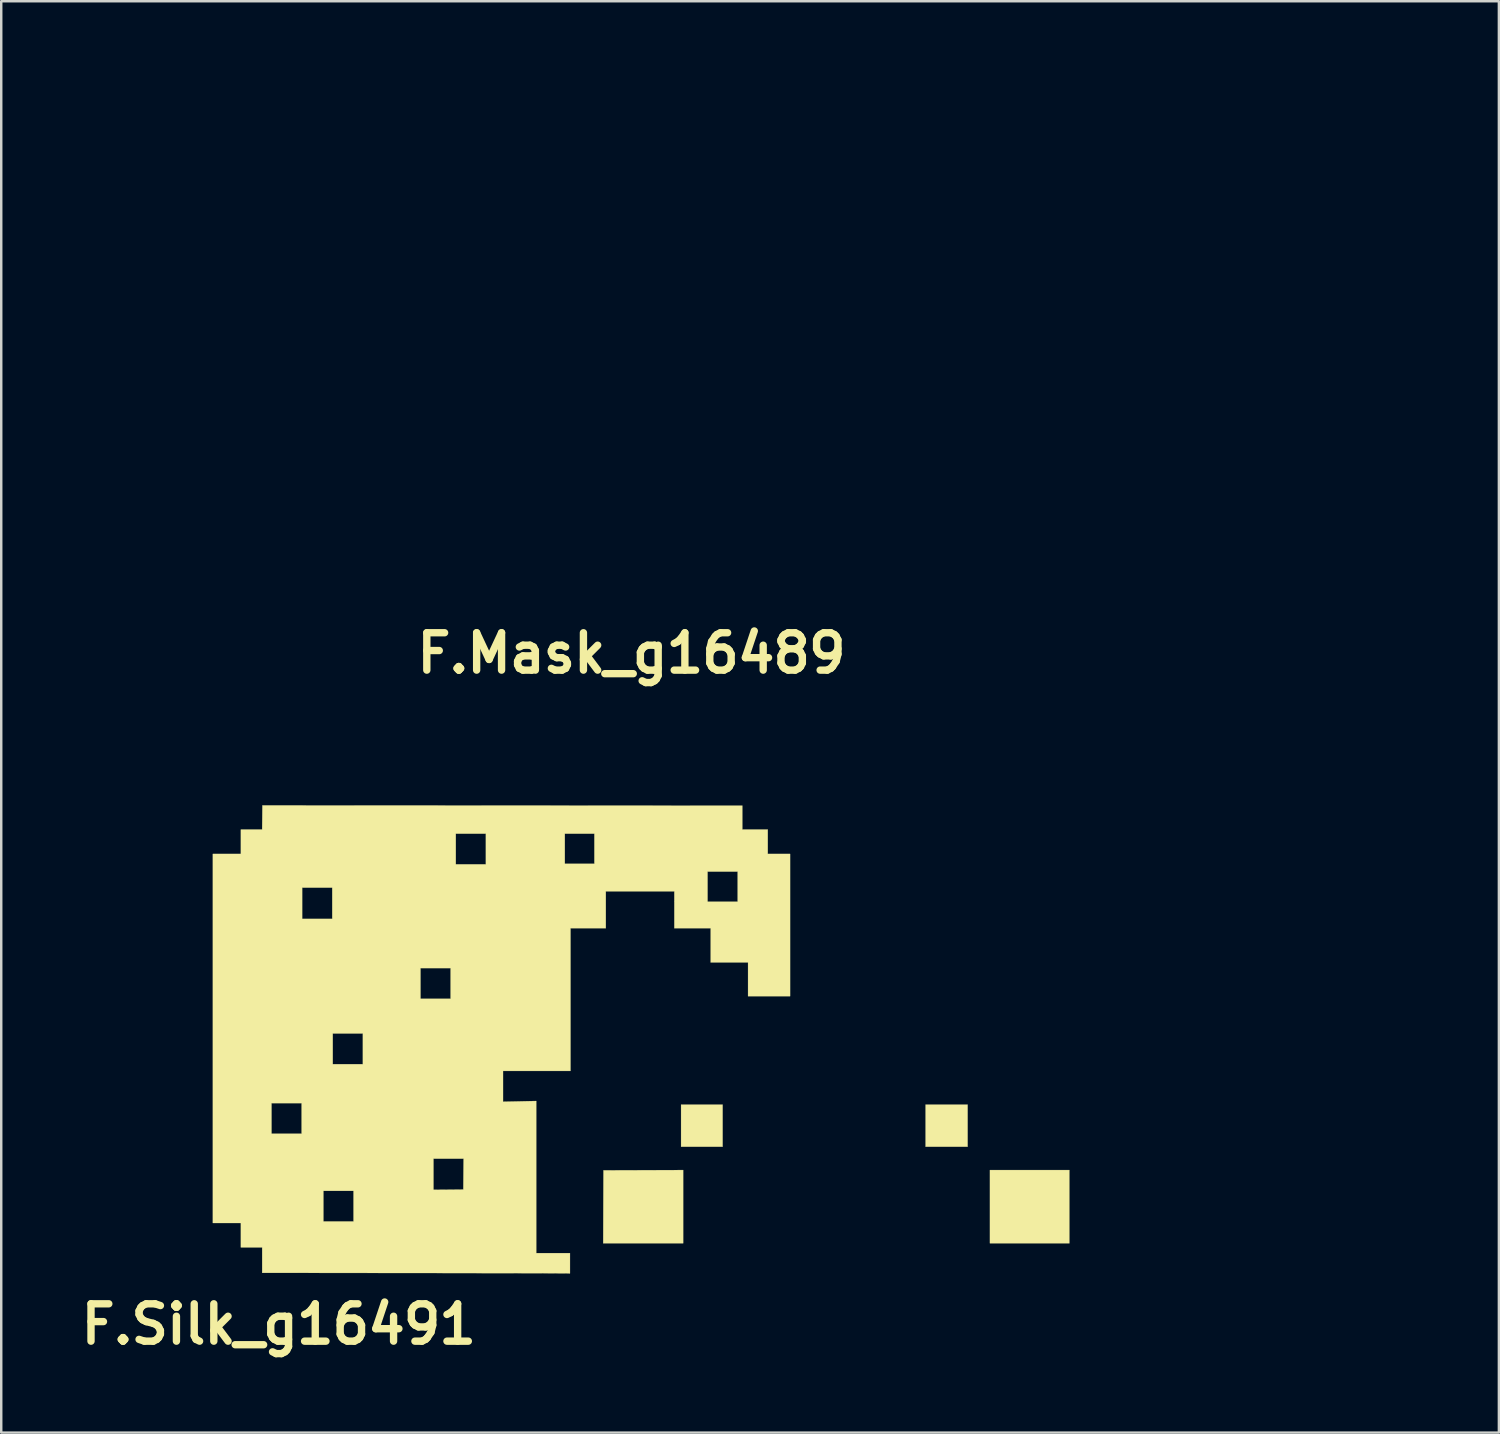
<source format=kicad_pcb>
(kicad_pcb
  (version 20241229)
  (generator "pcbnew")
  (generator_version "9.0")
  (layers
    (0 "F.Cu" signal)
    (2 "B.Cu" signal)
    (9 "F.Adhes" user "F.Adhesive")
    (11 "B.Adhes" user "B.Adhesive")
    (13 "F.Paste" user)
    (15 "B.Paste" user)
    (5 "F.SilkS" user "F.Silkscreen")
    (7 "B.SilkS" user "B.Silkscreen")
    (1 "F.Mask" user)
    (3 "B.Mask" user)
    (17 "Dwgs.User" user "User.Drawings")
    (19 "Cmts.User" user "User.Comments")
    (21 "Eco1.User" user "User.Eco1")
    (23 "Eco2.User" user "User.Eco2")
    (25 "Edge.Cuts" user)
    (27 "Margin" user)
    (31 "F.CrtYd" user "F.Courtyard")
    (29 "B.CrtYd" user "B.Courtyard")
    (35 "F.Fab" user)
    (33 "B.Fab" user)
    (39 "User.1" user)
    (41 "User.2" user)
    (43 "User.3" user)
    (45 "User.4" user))
  (footprint "F.Silk_g16491"
    (layer "F.Cu")
    (at 8.317 50.947)
    (property "Reference" "F.Silk_g16491" (at 0 0 0) (layer "F.SilkS") (effects (font (size 1.524 1.524) (thickness 0.3))))
    (attr through_hole)
    (fp_poly (pts (xy 18.098 -7.239) (xy 16.404 -7.239) (xy 16.404 -8.954) (xy 18.098 -8.954) (xy 18.098 -7.239)) (stroke (width 0.01) (type solid)) (fill yes) (layer "F.SilkS"))
    (fp_poly (pts (xy 28.088 -7.239) (xy 26.374 -7.239) (xy 26.374 -8.954) (xy 28.088 -8.954) (xy 28.088 -7.239)) (stroke (width 0.01) (type solid)) (fill yes) (layer "F.SilkS"))
    (fp_poly (pts (xy 32.237 -3.302) (xy 28.998 -3.302) (xy 28.998 -6.287) (xy 32.237 -6.287) (xy 32.237 -3.302)) (stroke (width 0.01) (type solid)) (fill yes) (layer "F.SilkS"))
    (fp_poly (pts (xy 16.489 -3.302) (xy 13.229 -3.302) (xy 13.234 -4.789) (xy 13.24 -6.276) (xy 14.864 -6.281) (xy 16.489 -6.287) (xy 16.489 -3.302)) (stroke (width 0.01) (type solid)) (fill yes) (layer "F.SilkS"))
    (fp_poly (pts (xy 0.09 -21.156) (xy 0.163 -21.156) (xy 0.278 -21.156) (xy 0.431 -21.156) (xy 0.622 -21.156) (xy 0.85 -21.156) (xy 1.112 -21.155) (xy 1.407 -21.155) (xy 1.734 -21.155) (xy 2.091 -21.155) (xy 2.477 -21.155) (xy 2.89 -21.155) (xy 3.328 -21.154) (xy 3.79 -21.154) (xy 4.274 -21.154) (xy 4.78 -21.154) (xy 5.305 -21.153) (xy 5.847 -21.153) (xy 6.407 -21.153) (xy 6.98 -21.152) (xy 7.567 -21.152) (xy 8.166 -21.152) (xy 8.775 -21.151) (xy 9.393 -21.151) (xy 9.874 -21.151) (xy 18.902 -21.145) (xy 18.902 -20.172) (xy 19.939 -20.172) (xy 19.939 -19.177) (xy 20.849 -19.177) (xy 20.849 -13.377) (xy 19.135 -13.377) (xy 19.135 -14.753) (xy 17.611 -14.753) (xy 17.611 -16.15) (xy 16.129 -16.15) (xy 16.129 -17.653) (xy 13.335 -17.653) (xy 13.335 -16.15) (xy 11.896 -16.15) (xy 11.896 -10.329) (xy 9.144 -10.329) (xy 9.144 -9.074) (xy 9.821 -9.088) (xy 10.499 -9.103) (xy 10.499 -2.9) (xy 11.874 -2.9) (xy 11.874 -2.074) (xy 10.948 -2.08) (xy 10.843 -2.08) (xy 10.698 -2.081) (xy 10.515 -2.081) (xy 10.296 -2.082) (xy 10.044 -2.082) (xy 9.76 -2.083) (xy 9.448 -2.084) (xy 9.108 -2.084) (xy 8.744 -2.085) (xy 8.358 -2.085) (xy 7.951 -2.086) (xy 7.527 -2.087) (xy 7.087 -2.087) (xy 6.633 -2.088) (xy 6.168 -2.089) (xy 5.694 -2.089) (xy 5.213 -2.09) (xy 4.728 -2.09) (xy 4.673 -2.09) (xy -0.677 -2.096) (xy -0.677 -3.133) (xy -1.545 -3.133) (xy -1.545 -4.128) (xy -2.688 -4.128) (xy -2.688 -5.44) (xy 1.82 -5.44) (xy 1.82 -4.191) (xy 3.048 -4.191) (xy 3.048 -5.44) (xy 1.82 -5.44) (xy -2.688 -5.44) (xy -2.688 -6.752) (xy 6.308 -6.752) (xy 6.308 -5.482) (xy 6.916 -5.487) (xy 7.525 -5.493) (xy 7.53 -6.122) (xy 7.536 -6.752) (xy 6.308 -6.752) (xy -2.688 -6.752) (xy -2.688 -9.017) (xy -0.296 -9.017) (xy -0.296 -7.768) (xy 0.931 -7.768) (xy 0.931 -9.017) (xy -0.296 -9.017) (xy -2.688 -9.017) (xy -2.688 -11.853) (xy 2.201 -11.853) (xy 2.201 -10.604) (xy 3.429 -10.604) (xy 3.429 -11.853) (xy 2.201 -11.853) (xy -2.688 -11.853) (xy -2.688 -14.52) (xy 5.779 -14.52) (xy 5.779 -13.271) (xy 7.006 -13.271) (xy 7.006 -14.52) (xy 5.779 -14.52) (xy -2.688 -14.52) (xy -2.688 -17.801) (xy 0.953 -17.801) (xy 0.953 -16.531) (xy 2.18 -16.531) (xy 2.18 -17.801) (xy 0.953 -17.801) (xy -2.688 -17.801) (xy -2.688 -18.457) (xy 17.484 -18.457) (xy 17.484 -17.23) (xy 18.711 -17.23) (xy 18.711 -18.457) (xy 17.484 -18.457) (xy -2.688 -18.457) (xy -2.688 -19.177) (xy -1.545 -19.177) (xy -1.545 -20.003) (xy 7.218 -20.003) (xy 7.218 -18.754) (xy 8.445 -18.754) (xy 8.445 -20.003) (xy 11.663 -20.003) (xy 11.663 -18.775) (xy 12.869 -18.775) (xy 12.869 -20.003) (xy 11.663 -20.003) (xy 8.445 -20.003) (xy 7.218 -20.003) (xy -1.545 -20.003) (xy -1.545 -20.172) (xy -0.678 -20.172) (xy -0.672 -20.664) (xy -0.667 -21.156) (xy 0.09 -21.156)) (stroke (width 0.01) (type solid)) (fill yes) (layer "F.SilkS")))
  (footprint "F.Mask_g16489"
    (layer "F.Cu")
    (at 22.699 23.585)
    (property "Reference" "F.Mask_g16489" (at 0 0 0) (layer "F.SilkS") (effects (font (size 1.524 1.524) (thickness 0.3))))
    (attr through_hole)
    (fp_poly (pts (xy 20.489 3.196) (xy 17.335 3.196) (xy 17.335 1.587) (xy 20.489 1.587) (xy 20.489 3.196)) (stroke (width 0.01) (type solid)) (fill yes) (layer "F.Mask"))
    (fp_poly (pts (xy 28.067 3.196) (xy 24.913 3.196) (xy 24.913 1.587) (xy 28.067 1.587) (xy 28.067 3.196)) (stroke (width 0.01) (type solid)) (fill yes) (layer "F.Mask"))
    (fp_poly (pts (xy 6.646 3.106) (xy 6.58 3.119) (xy 6.548 3.122) (xy 6.478 3.124) (xy 6.372 3.126) (xy 6.235 3.127) (xy 6.069 3.129) (xy 5.88 3.13) (xy 5.669 3.131) (xy 5.441 3.132) (xy 5.199 3.133) (xy 5.024 3.133) (xy 3.535 3.133) (xy 3.535 1.545) (xy 6.646 1.545) (xy 6.646 3.106)) (stroke (width 0.01) (type solid)) (fill yes) (layer "F.Mask"))
    (fp_poly (pts (xy -2.371 1.545) (xy -1.058 1.545) (xy -1.058 1.9) (xy -1.057 2.042) (xy -1.055 2.211) (xy -1.052 2.391) (xy -1.048 2.567) (xy -1.044 2.683) (xy -1.03 3.111) (xy -4.078 3.111) (xy -4.092 2.06) (xy -4.095 1.833) (xy -4.098 1.601) (xy -4.1 1.373) (xy -4.102 1.154) (xy -4.104 0.952) (xy -4.105 0.774) (xy -4.106 0.625) (xy -4.106 0.536) (xy -4.106 0.064) (xy -2.371 0.064) (xy -2.371 1.545)) (stroke (width 0.01) (type solid)) (fill yes) (layer "F.Mask"))
    (fp_poly (pts (xy -5.551 -6.337) (xy -5.556 -5.472) (xy -6.482 -5.466) (xy -7.408 -5.461) (xy -7.408 -4.191) (xy -13.631 -4.191) (xy -13.631 -5.99) (xy -12.114 -5.99) (xy -12.1 -6.197) (xy -12.095 -6.29) (xy -12.091 -6.413) (xy -12.088 -6.553) (xy -12.087 -6.697) (xy -12.086 -6.776) (xy -12.086 -7.148) (xy -10.694 -7.162) (xy -10.445 -7.164) (xy -10.16 -7.167) (xy -9.846 -7.17) (xy -9.511 -7.172) (xy -9.161 -7.175) (xy -8.802 -7.178) (xy -8.443 -7.181) (xy -8.089 -7.184) (xy -7.748 -7.187) (xy -7.426 -7.189) (xy -7.424 -7.189) (xy -5.545 -7.203) (xy -5.551 -6.337)) (stroke (width 0.01) (type solid)) (fill yes) (layer "F.Mask"))
    (fp_poly (pts (xy 15.917 -14.668) (xy 17.505 -14.668) (xy 17.505 -13.377) (xy 19.029 -13.377) (xy 19.029 -11.917) (xy 24.807 -11.917) (xy 24.807 -13.695) (xy 26.374 -13.695) (xy 26.374 -14.499) (xy 28.046 -14.499) (xy 28.046 -16.044) (xy 30.776 -16.044) (xy 30.776 -10.075) (xy 32.364 -10.075) (xy 32.364 -3.154) (xy 30.797 -3.154) (xy 30.797 -1.672) (xy 29.062 -1.672) (xy 29.062 0.042) (xy 14.499 0.042) (xy 14.499 -1.672) (xy 13.102 -1.672) (xy 13.102 -3.154) (xy 11.853 -3.154) (xy 11.853 -6.202) (xy 13.314 -6.202) (xy 13.314 -3.365) (xy 16.425 -3.365) (xy 16.425 -4.424) (xy 17.653 -4.424) (xy 17.653 -1.884) (xy 27.347 -1.884) (xy 27.347 -4.424) (xy 26.12 -4.424) (xy 26.12 -3.069) (xy 23.114 -3.069) (xy 23.114 -4.424) (xy 21.886 -4.424) (xy 21.886 -3.069) (xy 18.881 -3.069) (xy 18.881 -4.424) (xy 17.653 -4.424) (xy 16.425 -4.424) (xy 16.425 -6.202) (xy 13.314 -6.202) (xy 11.853 -6.202) (xy 11.853 -8.805) (xy 16.552 -8.805) (xy 16.552 -6.35) (xy 19.008 -6.35) (xy 19.008 -7.429) (xy 23.558 -7.429) (xy 23.558 -6.202) (xy 24.807 -6.202) (xy 29.062 -6.202) (xy 29.062 -3.365) (xy 32.173 -3.365) (xy 32.173 -6.202) (xy 29.062 -6.202) (xy 24.807 -6.202) (xy 24.807 -7.429) (xy 23.558 -7.429) (xy 19.008 -7.429) (xy 19.008 -8.805) (xy 26.522 -8.805) (xy 26.522 -6.35) (xy 28.935 -6.35) (xy 28.935 -8.805) (xy 26.522 -8.805) (xy 19.008 -8.805) (xy 16.552 -8.805) (xy 11.853 -8.805) (xy 11.853 -10.012) (xy 13.504 -10.012) (xy 13.504 -16.186) (xy 14.143 -16.2) (xy 14.342 -16.204) (xy 14.564 -16.207) (xy 14.793 -16.21) (xy 15.017 -16.212) (xy 15.222 -16.213) (xy 15.349 -16.214) (xy 15.917 -16.214) (xy 15.917 -14.668)) (stroke (width 0.01) (type solid)) (fill yes) (layer "F.Mask"))
    (fp_poly (pts (xy 22.416 -22.458) (xy 23.495 -22.458) (xy 23.495 -13.377) (xy 20.722 -13.377) (xy 20.722 -19.05) (xy 19.812 -19.05) (xy 19.812 -20.045) (xy 18.775 -20.045) (xy 18.775 -21.018) (xy 14.748 -21.019) (xy 14.345 -21.019) (xy 13.904 -21.019) (xy 13.428 -21.019) (xy 12.922 -21.019) (xy 12.389 -21.02) (xy 11.832 -21.021) (xy 11.257 -21.021) (xy 10.666 -21.022) (xy 10.063 -21.023) (xy 9.453 -21.024) (xy 8.84 -21.025) (xy 8.226 -21.026) (xy 7.616 -21.027) (xy 7.015 -21.028) (xy 6.425 -21.029) (xy 5.85 -21.031) (xy 5.295 -21.032) (xy 5.085 -21.033) (xy -0.55 -21.047) (xy -0.55 -20.045) (xy -1.439 -20.045) (xy -1.439 -19.071) (xy -2.582 -19.071) (xy -2.582 -4.233) (xy -1.44 -4.233) (xy -1.434 -3.741) (xy -1.429 -3.249) (xy -0.99 -3.243) (xy -0.55 -3.238) (xy -0.55 -2.196) (xy 5.662 -2.205) (xy 11.874 -2.213) (xy 11.874 -1.524) (xy 13.399 -1.524) (xy 13.399 -0.064) (xy 11.7 -0.069) (xy 11.532 -0.069) (xy 11.325 -0.07) (xy 11.08 -0.07) (xy 10.8 -0.071) (xy 10.486 -0.071) (xy 10.142 -0.072) (xy 9.77 -0.073) (xy 9.372 -0.073) (xy 8.95 -0.074) (xy 8.508 -0.074) (xy 8.046 -0.075) (xy 7.568 -0.076) (xy 7.076 -0.076) (xy 6.572 -0.077) (xy 6.058 -0.077) (xy 5.537 -0.078) (xy 5.012 -0.078) (xy 4.484 -0.079) (xy 3.956 -0.079) (xy 3.9 -0.079) (xy -2.201 -0.085) (xy -2.201 -1.355) (xy -4.269 -1.355) (xy -4.283 -6.112) (xy -4.284 -6.584) (xy -4.286 -7.094) (xy -4.287 -7.638) (xy -4.289 -8.212) (xy -4.29 -8.811) (xy -4.292 -9.431) (xy -4.294 -10.069) (xy -4.296 -10.719) (xy -4.297 -11.378) (xy -4.299 -12.041) (xy -4.301 -12.704) (xy -4.303 -13.364) (xy -4.304 -14.015) (xy -4.306 -14.653) (xy -4.307 -15.275) (xy -4.309 -15.875) (xy -4.31 -16.451) (xy -4.311 -16.663) (xy -4.325 -22.458) (xy -3.175 -22.458) (xy -3.175 -23.58) (xy 22.416 -23.58) (xy 22.416 -22.458)) (stroke (width 0.01) (type solid)) (fill yes) (layer "F.Mask"))
    (fp_poly (pts (xy -5.551 -15.679) (xy -5.556 -8.689) (xy -8.821 -8.684) (xy -12.086 -8.678) (xy -12.086 -7.218) (xy -13.463 -7.218) (xy -13.75 -7.218) (xy -13.997 -7.217) (xy -14.206 -7.216) (xy -14.382 -7.215) (xy -14.525 -7.213) (xy -14.638 -7.211) (xy -14.724 -7.208) (xy -14.785 -7.204) (xy -14.825 -7.2) (xy -14.845 -7.195) (xy -14.849 -7.191) (xy -14.85 -7.166) (xy -14.852 -7.102) (xy -14.854 -7.003) (xy -14.855 -6.871) (xy -14.857 -6.711) (xy -14.859 -6.526) (xy -14.86 -6.319) (xy -14.862 -6.093) (xy -14.863 -5.853) (xy -14.864 -5.646) (xy -14.87 -4.127) (xy -14.007 -4.127) (xy -13.145 -4.128) (xy -13.145 -3.111) (xy -6.604 -3.111) (xy -6.604 -4.297) (xy -5.546 -4.297) (xy -5.546 2.731) (xy -12.277 2.731) (xy -12.277 1.291) (xy -15.896 1.291) (xy -15.896 2.731) (xy -19.6 2.731) (xy -19.6 1.291) (xy -22.694 1.291) (xy -22.681 -0.651) (xy -22.68 -0.821) (xy -22.678 -1.031) (xy -22.677 -1.28) (xy -22.676 -1.565) (xy -22.674 -1.884) (xy -22.672 -2.235) (xy -22.67 -2.616) (xy -22.668 -3.025) (xy -22.666 -3.461) (xy -22.664 -3.92) (xy -22.662 -4.402) (xy -22.66 -4.903) (xy -22.658 -5.422) (xy -22.655 -5.957) (xy -22.653 -6.506) (xy -22.651 -7.067) (xy -22.648 -7.637) (xy -22.646 -8.215) (xy -22.643 -8.799) (xy -22.641 -9.386) (xy -22.639 -9.975) (xy -22.638 -10.255) (xy -22.635 -10.849) (xy -22.633 -11.445) (xy -22.63 -12.04) (xy -22.628 -12.632) (xy -22.626 -13.22) (xy -22.623 -13.8) (xy -22.621 -14.372) (xy -22.618 -14.932) (xy -22.616 -15.478) (xy -22.614 -16.009) (xy -22.611 -16.522) (xy -22.609 -17.015) (xy -22.607 -17.486) (xy -22.605 -17.933) (xy -22.603 -18.353) (xy -22.601 -18.745) (xy -22.6 -19.105) (xy -22.598 -19.433) (xy -22.596 -19.726) (xy -22.595 -19.981) (xy -22.594 -20.197) (xy -22.594 -20.262) (xy -22.58 -22.606) (xy -16.743 -22.606) (xy -16.743 -21.124) (xy -12.171 -21.124) (xy -12.171 -22.669) (xy -5.546 -22.669) (xy -5.551 -15.679)) (stroke (width 0.01) (type solid)) (fill yes) (layer "F.Mask")))
  (gr_rect
    (start -3 -3)
    (end 58.068 55.365)
    (stroke (width 0.1) (type default))
    (fill no)
    (layer "Edge.Cuts")))
</source>
